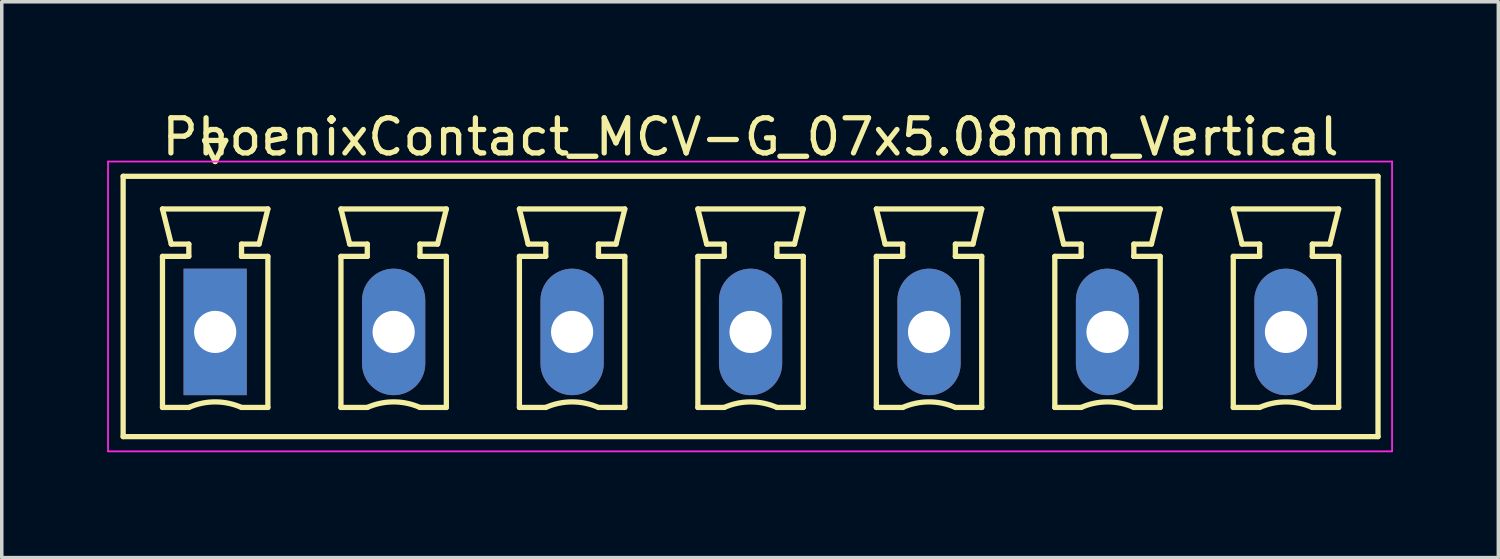
<source format=kicad_pcb>
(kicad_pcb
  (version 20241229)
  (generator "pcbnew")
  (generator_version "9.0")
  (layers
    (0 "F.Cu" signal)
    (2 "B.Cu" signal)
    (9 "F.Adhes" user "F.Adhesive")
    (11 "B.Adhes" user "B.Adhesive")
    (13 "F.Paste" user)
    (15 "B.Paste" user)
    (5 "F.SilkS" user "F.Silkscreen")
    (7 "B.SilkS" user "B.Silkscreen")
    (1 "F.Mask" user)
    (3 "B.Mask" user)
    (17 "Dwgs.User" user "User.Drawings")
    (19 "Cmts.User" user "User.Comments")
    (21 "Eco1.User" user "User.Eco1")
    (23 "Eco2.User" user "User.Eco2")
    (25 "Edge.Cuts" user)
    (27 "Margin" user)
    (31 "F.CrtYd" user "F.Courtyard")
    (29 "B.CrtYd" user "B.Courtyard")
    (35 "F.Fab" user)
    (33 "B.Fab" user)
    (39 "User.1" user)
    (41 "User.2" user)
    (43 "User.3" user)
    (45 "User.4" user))
  (footprint "PhoenixContact_MCV-G_07x5.08mm_Vertical"
    (layer "F.Cu")
    (at 3.075 6.398)
    (property "Reference" "PhoenixContact_MCV-G_07x5.08mm_Vertical" (at 15.24 -5.55 0) (layer "F.SilkS") (effects (font (size 1 1) (thickness 0.15))))
    (attr through_hole)
    (fp_line (start -2.62 -4.43) (end -2.62 2.98) (stroke (width 0.15) (type solid)) (layer "F.SilkS"))
    (fp_line (start -2.62 2.98) (end 33.1 2.98) (stroke (width 0.15) (type solid)) (layer "F.SilkS"))
    (fp_line (start -1.5 -3.5) (end 1.5 -3.5) (stroke (width 0.15) (type solid)) (layer "F.SilkS"))
    (fp_line (start -1.5 -2.15) (end -0.75 -2.15) (stroke (width 0.15) (type solid)) (layer "F.SilkS"))
    (fp_line (start -1.5 2.15) (end -1.5 -2.15) (stroke (width 0.15) (type solid)) (layer "F.SilkS"))
    (fp_line (start -1.25 -2.5) (end -1.5 -3.5) (stroke (width 0.15) (type solid)) (layer "F.SilkS"))
    (fp_line (start -0.75 -2.5) (end -1.25 -2.5) (stroke (width 0.15) (type solid)) (layer "F.SilkS"))
    (fp_line (start -0.75 -2.15) (end -0.75 -2.5) (stroke (width 0.15) (type solid)) (layer "F.SilkS"))
    (fp_line (start -0.75 2.15) (end -1.5 2.15) (stroke (width 0.15) (type solid)) (layer "F.SilkS"))
    (fp_line (start -0.3 -5.45) (end 0 -4.85) (stroke (width 0.15) (type solid)) (layer "F.SilkS"))
    (fp_line (start 0 -4.85) (end 0.3 -5.45) (stroke (width 0.15) (type solid)) (layer "F.SilkS"))
    (fp_line (start 0.3 -5.45) (end -0.3 -5.45) (stroke (width 0.15) (type solid)) (layer "F.SilkS"))
    (fp_line (start 0.75 -2.5) (end 0.75 -2.15) (stroke (width 0.15) (type solid)) (layer "F.SilkS"))
    (fp_line (start 0.75 -2.15) (end 0.75 -2.15) (stroke (width 0.15) (type solid)) (layer "F.SilkS"))
    (fp_line (start 0.75 -2.15) (end 1.5 -2.15) (stroke (width 0.15) (type solid)) (layer "F.SilkS"))
    (fp_line (start 1.25 -2.5) (end 0.75 -2.5) (stroke (width 0.15) (type solid)) (layer "F.SilkS"))
    (fp_line (start 1.5 -3.5) (end 1.25 -2.5) (stroke (width 0.15) (type solid)) (layer "F.SilkS"))
    (fp_line (start 1.5 -2.15) (end 1.5 2.15) (stroke (width 0.15) (type solid)) (layer "F.SilkS"))
    (fp_line (start 1.5 2.15) (end 0.75 2.15) (stroke (width 0.15) (type solid)) (layer "F.SilkS"))
    (fp_line (start 3.58 -3.5) (end 6.58 -3.5) (stroke (width 0.15) (type solid)) (layer "F.SilkS"))
    (fp_line (start 3.58 -2.15) (end 4.33 -2.15) (stroke (width 0.15) (type solid)) (layer "F.SilkS"))
    (fp_line (start 3.58 2.15) (end 3.58 -2.15) (stroke (width 0.15) (type solid)) (layer "F.SilkS"))
    (fp_line (start 3.83 -2.5) (end 3.58 -3.5) (stroke (width 0.15) (type solid)) (layer "F.SilkS"))
    (fp_line (start 4.33 -2.5) (end 3.83 -2.5) (stroke (width 0.15) (type solid)) (layer "F.SilkS"))
    (fp_line (start 4.33 -2.15) (end 4.33 -2.5) (stroke (width 0.15) (type solid)) (layer "F.SilkS"))
    (fp_line (start 4.33 2.15) (end 3.58 2.15) (stroke (width 0.15) (type solid)) (layer "F.SilkS"))
    (fp_line (start 5.83 -2.5) (end 5.83 -2.15) (stroke (width 0.15) (type solid)) (layer "F.SilkS"))
    (fp_line (start 5.83 -2.15) (end 5.83 -2.15) (stroke (width 0.15) (type solid)) (layer "F.SilkS"))
    (fp_line (start 5.83 -2.15) (end 6.58 -2.15) (stroke (width 0.15) (type solid)) (layer "F.SilkS"))
    (fp_line (start 6.33 -2.5) (end 5.83 -2.5) (stroke (width 0.15) (type solid)) (layer "F.SilkS"))
    (fp_line (start 6.58 -3.5) (end 6.33 -2.5) (stroke (width 0.15) (type solid)) (layer "F.SilkS"))
    (fp_line (start 6.58 -2.15) (end 6.58 2.15) (stroke (width 0.15) (type solid)) (layer "F.SilkS"))
    (fp_line (start 6.58 2.15) (end 5.83 2.15) (stroke (width 0.15) (type solid)) (layer "F.SilkS"))
    (fp_line (start 8.66 -3.5) (end 11.66 -3.5) (stroke (width 0.15) (type solid)) (layer "F.SilkS"))
    (fp_line (start 8.66 -2.15) (end 9.41 -2.15) (stroke (width 0.15) (type solid)) (layer "F.SilkS"))
    (fp_line (start 8.66 2.15) (end 8.66 -2.15) (stroke (width 0.15) (type solid)) (layer "F.SilkS"))
    (fp_line (start 8.91 -2.5) (end 8.66 -3.5) (stroke (width 0.15) (type solid)) (layer "F.SilkS"))
    (fp_line (start 9.41 -2.5) (end 8.91 -2.5) (stroke (width 0.15) (type solid)) (layer "F.SilkS"))
    (fp_line (start 9.41 -2.15) (end 9.41 -2.5) (stroke (width 0.15) (type solid)) (layer "F.SilkS"))
    (fp_line (start 9.41 2.15) (end 8.66 2.15) (stroke (width 0.15) (type solid)) (layer "F.SilkS"))
    (fp_line (start 10.91 -2.5) (end 10.91 -2.15) (stroke (width 0.15) (type solid)) (layer "F.SilkS"))
    (fp_line (start 10.91 -2.15) (end 10.91 -2.15) (stroke (width 0.15) (type solid)) (layer "F.SilkS"))
    (fp_line (start 10.91 -2.15) (end 11.66 -2.15) (stroke (width 0.15) (type solid)) (layer "F.SilkS"))
    (fp_line (start 11.41 -2.5) (end 10.91 -2.5) (stroke (width 0.15) (type solid)) (layer "F.SilkS"))
    (fp_line (start 11.66 -3.5) (end 11.41 -2.5) (stroke (width 0.15) (type solid)) (layer "F.SilkS"))
    (fp_line (start 11.66 -2.15) (end 11.66 2.15) (stroke (width 0.15) (type solid)) (layer "F.SilkS"))
    (fp_line (start 11.66 2.15) (end 10.91 2.15) (stroke (width 0.15) (type solid)) (layer "F.SilkS"))
    (fp_line (start 13.74 -3.5) (end 16.74 -3.5) (stroke (width 0.15) (type solid)) (layer "F.SilkS"))
    (fp_line (start 13.74 -2.15) (end 14.49 -2.15) (stroke (width 0.15) (type solid)) (layer "F.SilkS"))
    (fp_line (start 13.74 2.15) (end 13.74 -2.15) (stroke (width 0.15) (type solid)) (layer "F.SilkS"))
    (fp_line (start 13.99 -2.5) (end 13.74 -3.5) (stroke (width 0.15) (type solid)) (layer "F.SilkS"))
    (fp_line (start 14.49 -2.5) (end 13.99 -2.5) (stroke (width 0.15) (type solid)) (layer "F.SilkS"))
    (fp_line (start 14.49 -2.15) (end 14.49 -2.5) (stroke (width 0.15) (type solid)) (layer "F.SilkS"))
    (fp_line (start 14.49 2.15) (end 13.74 2.15) (stroke (width 0.15) (type solid)) (layer "F.SilkS"))
    (fp_line (start 15.99 -2.5) (end 15.99 -2.15) (stroke (width 0.15) (type solid)) (layer "F.SilkS"))
    (fp_line (start 15.99 -2.15) (end 15.99 -2.15) (stroke (width 0.15) (type solid)) (layer "F.SilkS"))
    (fp_line (start 15.99 -2.15) (end 16.74 -2.15) (stroke (width 0.15) (type solid)) (layer "F.SilkS"))
    (fp_line (start 16.49 -2.5) (end 15.99 -2.5) (stroke (width 0.15) (type solid)) (layer "F.SilkS"))
    (fp_line (start 16.74 -3.5) (end 16.49 -2.5) (stroke (width 0.15) (type solid)) (layer "F.SilkS"))
    (fp_line (start 16.74 -2.15) (end 16.74 2.15) (stroke (width 0.15) (type solid)) (layer "F.SilkS"))
    (fp_line (start 16.74 2.15) (end 15.99 2.15) (stroke (width 0.15) (type solid)) (layer "F.SilkS"))
    (fp_line (start 18.82 -3.5) (end 21.82 -3.5) (stroke (width 0.15) (type solid)) (layer "F.SilkS"))
    (fp_line (start 18.82 -2.15) (end 19.57 -2.15) (stroke (width 0.15) (type solid)) (layer "F.SilkS"))
    (fp_line (start 18.82 2.15) (end 18.82 -2.15) (stroke (width 0.15) (type solid)) (layer "F.SilkS"))
    (fp_line (start 19.07 -2.5) (end 18.82 -3.5) (stroke (width 0.15) (type solid)) (layer "F.SilkS"))
    (fp_line (start 19.57 -2.5) (end 19.07 -2.5) (stroke (width 0.15) (type solid)) (layer "F.SilkS"))
    (fp_line (start 19.57 -2.15) (end 19.57 -2.5) (stroke (width 0.15) (type solid)) (layer "F.SilkS"))
    (fp_line (start 19.57 2.15) (end 18.82 2.15) (stroke (width 0.15) (type solid)) (layer "F.SilkS"))
    (fp_line (start 21.07 -2.5) (end 21.07 -2.15) (stroke (width 0.15) (type solid)) (layer "F.SilkS"))
    (fp_line (start 21.07 -2.15) (end 21.07 -2.15) (stroke (width 0.15) (type solid)) (layer "F.SilkS"))
    (fp_line (start 21.07 -2.15) (end 21.82 -2.15) (stroke (width 0.15) (type solid)) (layer "F.SilkS"))
    (fp_line (start 21.57 -2.5) (end 21.07 -2.5) (stroke (width 0.15) (type solid)) (layer "F.SilkS"))
    (fp_line (start 21.82 -3.5) (end 21.57 -2.5) (stroke (width 0.15) (type solid)) (layer "F.SilkS"))
    (fp_line (start 21.82 -2.15) (end 21.82 2.15) (stroke (width 0.15) (type solid)) (layer "F.SilkS"))
    (fp_line (start 21.82 2.15) (end 21.07 2.15) (stroke (width 0.15) (type solid)) (layer "F.SilkS"))
    (fp_line (start 23.9 -3.5) (end 26.9 -3.5) (stroke (width 0.15) (type solid)) (layer "F.SilkS"))
    (fp_line (start 23.9 -2.15) (end 24.65 -2.15) (stroke (width 0.15) (type solid)) (layer "F.SilkS"))
    (fp_line (start 23.9 2.15) (end 23.9 -2.15) (stroke (width 0.15) (type solid)) (layer "F.SilkS"))
    (fp_line (start 24.15 -2.5) (end 23.9 -3.5) (stroke (width 0.15) (type solid)) (layer "F.SilkS"))
    (fp_line (start 24.65 -2.5) (end 24.15 -2.5) (stroke (width 0.15) (type solid)) (layer "F.SilkS"))
    (fp_line (start 24.65 -2.15) (end 24.65 -2.5) (stroke (width 0.15) (type solid)) (layer "F.SilkS"))
    (fp_line (start 24.65 2.15) (end 23.9 2.15) (stroke (width 0.15) (type solid)) (layer "F.SilkS"))
    (fp_line (start 26.15 -2.5) (end 26.15 -2.15) (stroke (width 0.15) (type solid)) (layer "F.SilkS"))
    (fp_line (start 26.15 -2.15) (end 26.15 -2.15) (stroke (width 0.15) (type solid)) (layer "F.SilkS"))
    (fp_line (start 26.15 -2.15) (end 26.9 -2.15) (stroke (width 0.15) (type solid)) (layer "F.SilkS"))
    (fp_line (start 26.65 -2.5) (end 26.15 -2.5) (stroke (width 0.15) (type solid)) (layer "F.SilkS"))
    (fp_line (start 26.9 -3.5) (end 26.65 -2.5) (stroke (width 0.15) (type solid)) (layer "F.SilkS"))
    (fp_line (start 26.9 -2.15) (end 26.9 2.15) (stroke (width 0.15) (type solid)) (layer "F.SilkS"))
    (fp_line (start 26.9 2.15) (end 26.15 2.15) (stroke (width 0.15) (type solid)) (layer "F.SilkS"))
    (fp_line (start 28.98 -3.5) (end 31.98 -3.5) (stroke (width 0.15) (type solid)) (layer "F.SilkS"))
    (fp_line (start 28.98 -2.15) (end 29.73 -2.15) (stroke (width 0.15) (type solid)) (layer "F.SilkS"))
    (fp_line (start 28.98 2.15) (end 28.98 -2.15) (stroke (width 0.15) (type solid)) (layer "F.SilkS"))
    (fp_line (start 29.23 -2.5) (end 28.98 -3.5) (stroke (width 0.15) (type solid)) (layer "F.SilkS"))
    (fp_line (start 29.73 -2.5) (end 29.23 -2.5) (stroke (width 0.15) (type solid)) (layer "F.SilkS"))
    (fp_line (start 29.73 -2.15) (end 29.73 -2.5) (stroke (width 0.15) (type solid)) (layer "F.SilkS"))
    (fp_line (start 29.73 2.15) (end 28.98 2.15) (stroke (width 0.15) (type solid)) (layer "F.SilkS"))
    (fp_line (start 31.23 -2.5) (end 31.23 -2.15) (stroke (width 0.15) (type solid)) (layer "F.SilkS"))
    (fp_line (start 31.23 -2.15) (end 31.23 -2.15) (stroke (width 0.15) (type solid)) (layer "F.SilkS"))
    (fp_line (start 31.23 -2.15) (end 31.98 -2.15) (stroke (width 0.15) (type solid)) (layer "F.SilkS"))
    (fp_line (start 31.73 -2.5) (end 31.23 -2.5) (stroke (width 0.15) (type solid)) (layer "F.SilkS"))
    (fp_line (start 31.98 -3.5) (end 31.73 -2.5) (stroke (width 0.15) (type solid)) (layer "F.SilkS"))
    (fp_line (start 31.98 -2.15) (end 31.98 2.15) (stroke (width 0.15) (type solid)) (layer "F.SilkS"))
    (fp_line (start 31.98 2.15) (end 31.23 2.15) (stroke (width 0.15) (type solid)) (layer "F.SilkS"))
    (fp_line (start 33.1 -4.43) (end -2.62 -4.43) (stroke (width 0.15) (type solid)) (layer "F.SilkS"))
    (fp_line (start 33.1 2.98) (end 33.1 -4.43) (stroke (width 0.15) (type solid)) (layer "F.SilkS"))
    (fp_arc (start -0.75 2.15) (mid -0.000193 1.99191) (end 0.749647 2.149844) (stroke (width 0.15) (type solid)) (layer "F.SilkS"))
    (fp_arc (start 4.33 2.15) (mid 5.079807 1.99191) (end 5.829647 2.149844) (stroke (width 0.15) (type solid)) (layer "F.SilkS"))
    (fp_arc (start 9.41 2.15) (mid 10.159807 1.99191) (end 10.909647 2.149844) (stroke (width 0.15) (type solid)) (layer "F.SilkS"))
    (fp_arc (start 14.49 2.15) (mid 15.239807 1.99191) (end 15.989647 2.149844) (stroke (width 0.15) (type solid)) (layer "F.SilkS"))
    (fp_arc (start 19.57 2.15) (mid 20.319807 1.99191) (end 21.069647 2.149844) (stroke (width 0.15) (type solid)) (layer "F.SilkS"))
    (fp_arc (start 24.65 2.15) (mid 25.399807 1.99191) (end 26.149647 2.149844) (stroke (width 0.15) (type solid)) (layer "F.SilkS"))
    (fp_arc (start 29.73 2.15) (mid 30.479807 1.99191) (end 31.229647 2.149844) (stroke (width 0.15) (type solid)) (layer "F.SilkS"))
    (fp_line (start -3.05 -4.85) (end -3.05 3.4) (stroke (width 0.05) (type solid)) (layer "F.CrtYd"))
    (fp_line (start -3.05 3.4) (end 33.5 3.4) (stroke (width 0.05) (type solid)) (layer "F.CrtYd"))
    (fp_line (start 33.5 -4.85) (end -3.05 -4.85) (stroke (width 0.05) (type solid)) (layer "F.CrtYd"))
    (fp_line (start 33.5 3.4) (end 33.5 -4.85) (stroke (width 0.05) (type solid)) (layer "F.CrtYd"))
    (pad "1" thru_hole rect (at 0 0) (size 1.8 3.6) (drill 1.2) (layers "*.Cu" "*.Mask"))
    (pad "2" thru_hole oval (at 5.08 0) (size 1.8 3.6) (drill 1.2) (layers "*.Cu" "*.Mask"))
    (pad "3" thru_hole oval (at 10.16 0) (size 1.8 3.6) (drill 1.2) (layers "*.Cu" "*.Mask"))
    (pad "4" thru_hole oval (at 15.24 0) (size 1.8 3.6) (drill 1.2) (layers "*.Cu" "*.Mask"))
    (pad "5" thru_hole oval (at 20.32 0) (size 1.8 3.6) (drill 1.2) (layers "*.Cu" "*.Mask"))
    (pad "6" thru_hole oval (at 25.4 0) (size 1.8 3.6) (drill 1.2) (layers "*.Cu" "*.Mask"))
    (pad "7" thru_hole oval (at 30.48 0) (size 1.8 3.6) (drill 1.2) (layers "*.Cu" "*.Mask")))
  (gr_rect
    (start -3 -3)
    (end 39.6 12.823)
    (stroke (width 0.1) (type default))
    (fill no)
    (layer "Edge.Cuts")))
</source>
